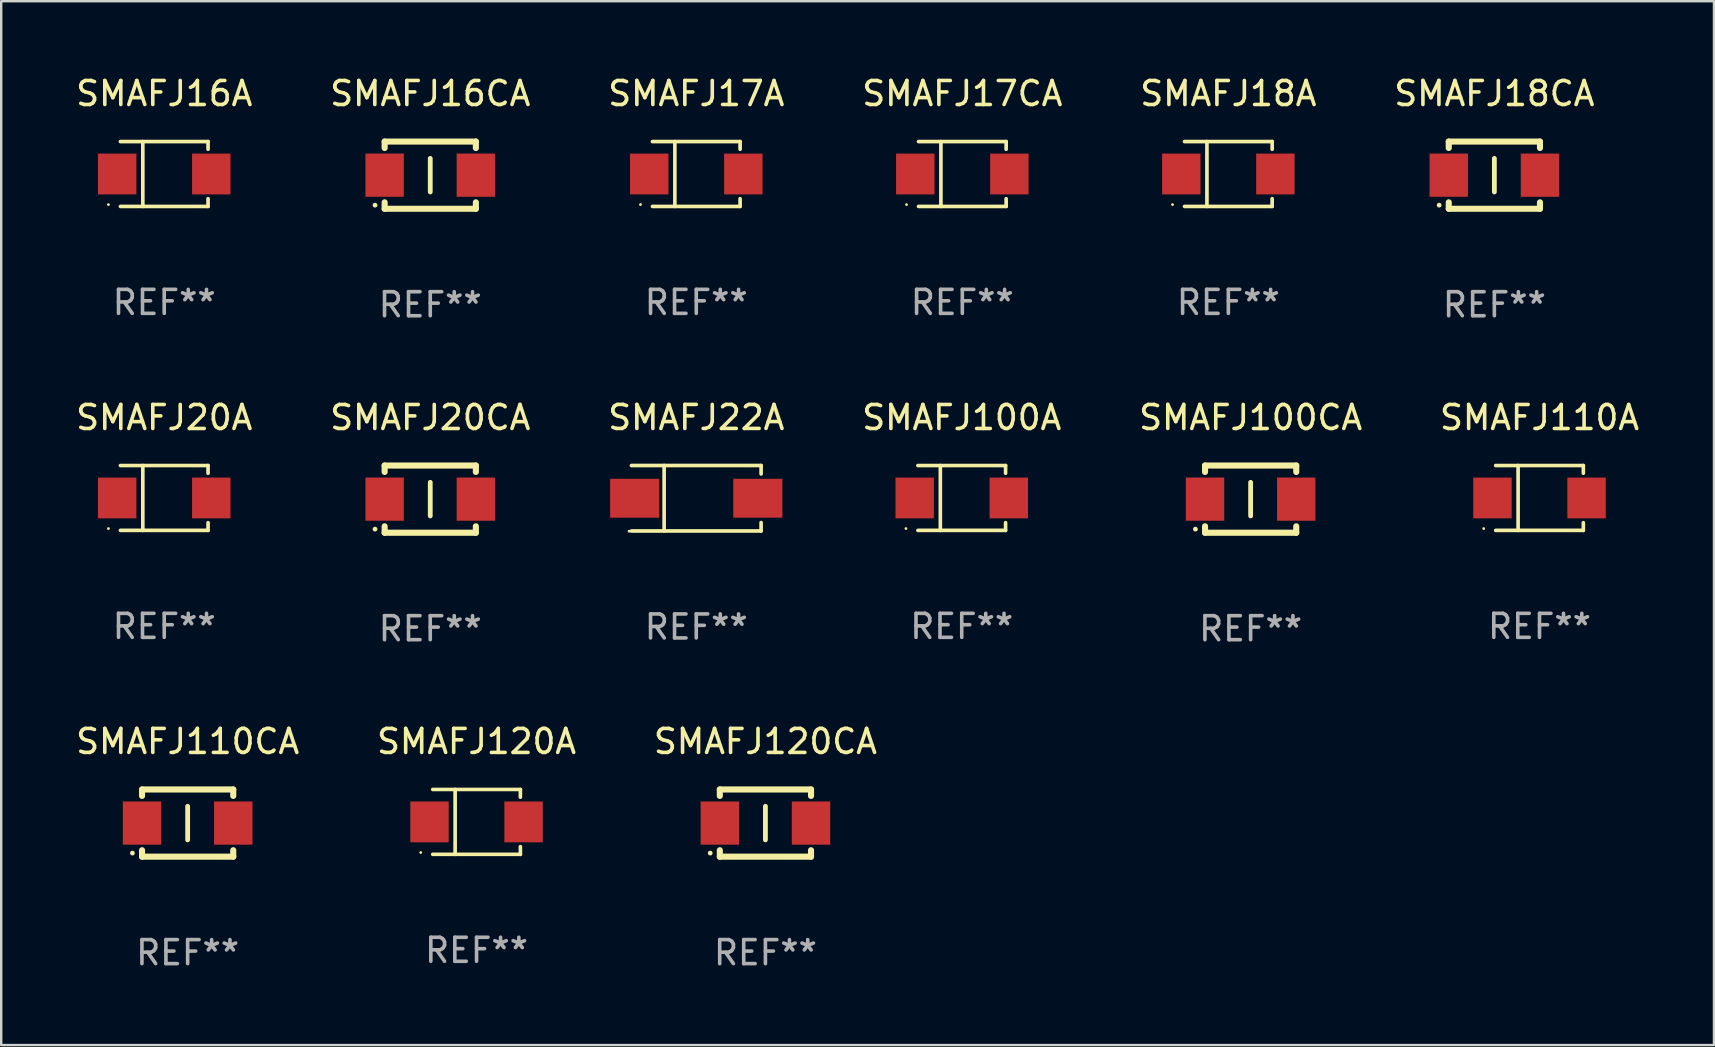
<source format=kicad_pcb>
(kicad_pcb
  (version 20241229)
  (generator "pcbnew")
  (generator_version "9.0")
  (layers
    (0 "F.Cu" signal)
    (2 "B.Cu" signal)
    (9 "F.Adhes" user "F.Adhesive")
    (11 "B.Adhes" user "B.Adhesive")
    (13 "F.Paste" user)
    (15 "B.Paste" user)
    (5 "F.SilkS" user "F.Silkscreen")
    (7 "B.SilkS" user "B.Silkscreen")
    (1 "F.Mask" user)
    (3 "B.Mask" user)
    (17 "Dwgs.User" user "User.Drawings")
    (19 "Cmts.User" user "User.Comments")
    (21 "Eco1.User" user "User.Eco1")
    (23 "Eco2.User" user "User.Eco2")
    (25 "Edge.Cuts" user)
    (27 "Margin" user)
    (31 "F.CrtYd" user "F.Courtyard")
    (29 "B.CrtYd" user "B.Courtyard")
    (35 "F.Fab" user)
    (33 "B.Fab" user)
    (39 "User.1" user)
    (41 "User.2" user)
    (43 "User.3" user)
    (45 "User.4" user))
  (footprint "SMAFJ16CA"
    (layer "F.Cu")
    (at 14.875 4.248)
    (property "Reference" "SMAFJ16CA" (at 0 -3.4 0) (layer "F.SilkS") (effects (font (size 1 1) (thickness 0.15))))
    (attr through_hole)
    (fp_line (start -1.9 -1.4) (end -1.9 -1.131) (stroke (width 0.254) (type solid)) (layer "F.SilkS"))
    (fp_line (start -1.9 -1.4) (end 1.9 -1.4) (stroke (width 0.254) (type solid)) (layer "F.SilkS"))
    (fp_line (start -1.9 1.131) (end -1.9 1.4) (stroke (width 0.254) (type solid)) (layer "F.SilkS"))
    (fp_line (start -1.9 1.4) (end 1.9 1.4) (stroke (width 0.254) (type solid)) (layer "F.SilkS"))
    (fp_line (start 0 -0.7) (end 0 0.7) (stroke (width 0.2) (type solid)) (layer "F.SilkS"))
    (fp_line (start 1.9 -1.4) (end 1.9 -1.131) (stroke (width 0.254) (type solid)) (layer "F.SilkS"))
    (fp_line (start 1.9 1.131) (end 1.9 1.4) (stroke (width 0.254) (type solid)) (layer "F.SilkS"))
    (fp_circle (center -2.3 1.25) (end -2.25 1.25) (stroke (width 0.1) (type solid)) (fill no) (layer "F.SilkS"))
    (fp_text user "REF**" (at 0 5.4 0) (layer "F.Fab") (effects (font (size 1 1) (thickness 0.15))))
    (pad "1" smd rect (at -1.9 0 180) (size 1.6 1.8) (layers "F.Cu" "F.Mask" "F.Paste"))
    (pad "2" smd rect (at 1.9 0 180) (size 1.6 1.8) (layers "F.Cu" "F.Mask" "F.Paste")))
  (footprint "SMAFJ100A"
    (layer "F.Cu")
    (at 37.018 17.696)
    (property "Reference" "SMAFJ100A" (at 0 -3.351 0) (layer "F.SilkS") (effects (font (size 1 1) (thickness 0.15))))
    (attr through_hole)
    (fp_line (start -1.826 -1.351) (end 1.826 -1.351) (stroke (width 0.152) (type solid)) (layer "F.SilkS"))
    (fp_line (start -1.826 1.351) (end 1.826 1.351) (stroke (width 0.152) (type solid)) (layer "F.SilkS"))
    (fp_line (start -0.892 -1.351) (end -0.892 1.351) (stroke (width 0.152) (type solid)) (layer "F.SilkS"))
    (fp_line (start 1.826 -1.351) (end 1.826 -1.03) (stroke (width 0.152) (type solid)) (layer "F.SilkS"))
    (fp_line (start 1.826 1.03) (end 1.826 1.351) (stroke (width 0.152) (type solid)) (layer "F.SilkS"))
    (fp_circle (center -2.325 1.275) (end -2.295 1.275) (stroke (width 0.06) (type solid)) (fill no) (layer "F.SilkS"))
    (fp_text user "REF**" (at 0 5.351 0) (layer "F.Fab") (effects (font (size 1 1) (thickness 0.15))))
    (pad "1" smd rect (at -1.96 0 180) (size 1.6 1.7) (layers "F.Cu" "F.Mask" "F.Paste"))
    (pad "2" smd rect (at 1.96 0 180) (size 1.6 1.7) (layers "F.Cu" "F.Mask" "F.Paste")))
  (footprint "SMAFJ20A"
    (layer "F.Cu")
    (at 3.792 17.696)
    (property "Reference" "SMAFJ20A" (at 0 -3.351 0) (layer "F.SilkS") (effects (font (size 1 1) (thickness 0.15))))
    (attr through_hole)
    (fp_line (start -1.826 -1.351) (end 1.826 -1.351) (stroke (width 0.152) (type solid)) (layer "F.SilkS"))
    (fp_line (start -1.826 1.351) (end 1.826 1.351) (stroke (width 0.152) (type solid)) (layer "F.SilkS"))
    (fp_line (start -0.892 -1.351) (end -0.892 1.351) (stroke (width 0.152) (type solid)) (layer "F.SilkS"))
    (fp_line (start 1.826 -1.351) (end 1.826 -1.03) (stroke (width 0.152) (type solid)) (layer "F.SilkS"))
    (fp_line (start 1.826 1.03) (end 1.826 1.351) (stroke (width 0.152) (type solid)) (layer "F.SilkS"))
    (fp_circle (center -2.325 1.275) (end -2.295 1.275) (stroke (width 0.06) (type solid)) (fill no) (layer "F.SilkS"))
    (fp_text user "REF**" (at 0 5.351 0) (layer "F.Fab") (effects (font (size 1 1) (thickness 0.15))))
    (pad "1" smd rect (at -1.96 0 180) (size 1.6 1.7) (layers "F.Cu" "F.Mask" "F.Paste"))
    (pad "2" smd rect (at 1.96 0 180) (size 1.6 1.7) (layers "F.Cu" "F.Mask" "F.Paste")))
  (footprint "SMAFJ110A"
    (layer "F.Cu")
    (at 61.089 17.696)
    (property "Reference" "SMAFJ110A" (at 0 -3.351 0) (layer "F.SilkS") (effects (font (size 1 1) (thickness 0.15))))
    (attr through_hole)
    (fp_line (start -1.826 -1.351) (end 1.826 -1.351) (stroke (width 0.152) (type solid)) (layer "F.SilkS"))
    (fp_line (start -1.826 1.351) (end 1.826 1.351) (stroke (width 0.152) (type solid)) (layer "F.SilkS"))
    (fp_line (start -0.892 -1.351) (end -0.892 1.351) (stroke (width 0.152) (type solid)) (layer "F.SilkS"))
    (fp_line (start 1.826 -1.351) (end 1.826 -1.03) (stroke (width 0.152) (type solid)) (layer "F.SilkS"))
    (fp_line (start 1.826 1.03) (end 1.826 1.351) (stroke (width 0.152) (type solid)) (layer "F.SilkS"))
    (fp_circle (center -2.325 1.275) (end -2.295 1.275) (stroke (width 0.06) (type solid)) (fill no) (layer "F.SilkS"))
    (fp_text user "REF**" (at 0 5.351 0) (layer "F.Fab") (effects (font (size 1 1) (thickness 0.15))))
    (pad "1" smd rect (at -1.96 0 180) (size 1.6 1.7) (layers "F.Cu" "F.Mask" "F.Paste"))
    (pad "2" smd rect (at 1.96 0 180) (size 1.6 1.7) (layers "F.Cu" "F.Mask" "F.Paste")))
  (footprint "SMAFJ20CA"
    (layer "F.Cu")
    (at 14.875 17.745)
    (property "Reference" "SMAFJ20CA" (at 0 -3.4 0) (layer "F.SilkS") (effects (font (size 1 1) (thickness 0.15))))
    (attr through_hole)
    (fp_line (start -1.9 -1.4) (end -1.9 -1.131) (stroke (width 0.254) (type solid)) (layer "F.SilkS"))
    (fp_line (start -1.9 -1.4) (end 1.9 -1.4) (stroke (width 0.254) (type solid)) (layer "F.SilkS"))
    (fp_line (start -1.9 1.131) (end -1.9 1.4) (stroke (width 0.254) (type solid)) (layer "F.SilkS"))
    (fp_line (start -1.9 1.4) (end 1.9 1.4) (stroke (width 0.254) (type solid)) (layer "F.SilkS"))
    (fp_line (start 0 -0.7) (end 0 0.7) (stroke (width 0.2) (type solid)) (layer "F.SilkS"))
    (fp_line (start 1.9 -1.4) (end 1.9 -1.131) (stroke (width 0.254) (type solid)) (layer "F.SilkS"))
    (fp_line (start 1.9 1.131) (end 1.9 1.4) (stroke (width 0.254) (type solid)) (layer "F.SilkS"))
    (fp_circle (center -2.3 1.25) (end -2.25 1.25) (stroke (width 0.1) (type solid)) (fill no) (layer "F.SilkS"))
    (fp_text user "REF**" (at 0 5.4 0) (layer "F.Fab") (effects (font (size 1 1) (thickness 0.15))))
    (pad "1" smd rect (at -1.9 0 180) (size 1.6 1.8) (layers "F.Cu" "F.Mask" "F.Paste"))
    (pad "2" smd rect (at 1.9 0 180) (size 1.6 1.8) (layers "F.Cu" "F.Mask" "F.Paste")))
  (footprint "SMAFJ18CA"
    (layer "F.Cu")
    (at 59.208 4.248)
    (property "Reference" "SMAFJ18CA" (at 0 -3.4 0) (layer "F.SilkS") (effects (font (size 1 1) (thickness 0.15))))
    (attr through_hole)
    (fp_line (start -1.9 -1.4) (end -1.9 -1.131) (stroke (width 0.254) (type solid)) (layer "F.SilkS"))
    (fp_line (start -1.9 -1.4) (end 1.9 -1.4) (stroke (width 0.254) (type solid)) (layer "F.SilkS"))
    (fp_line (start -1.9 1.131) (end -1.9 1.4) (stroke (width 0.254) (type solid)) (layer "F.SilkS"))
    (fp_line (start -1.9 1.4) (end 1.9 1.4) (stroke (width 0.254) (type solid)) (layer "F.SilkS"))
    (fp_line (start 0 -0.7) (end 0 0.7) (stroke (width 0.2) (type solid)) (layer "F.SilkS"))
    (fp_line (start 1.9 -1.4) (end 1.9 -1.131) (stroke (width 0.254) (type solid)) (layer "F.SilkS"))
    (fp_line (start 1.9 1.131) (end 1.9 1.4) (stroke (width 0.254) (type solid)) (layer "F.SilkS"))
    (fp_circle (center -2.3 1.25) (end -2.25 1.25) (stroke (width 0.1) (type solid)) (fill no) (layer "F.SilkS"))
    (fp_text user "REF**" (at 0 5.4 0) (layer "F.Fab") (effects (font (size 1 1) (thickness 0.15))))
    (pad "1" smd rect (at -1.9 0 180) (size 1.6 1.8) (layers "F.Cu" "F.Mask" "F.Paste"))
    (pad "2" smd rect (at 1.9 0 180) (size 1.6 1.8) (layers "F.Cu" "F.Mask" "F.Paste")))
  (footprint "SMAFJ16A"
    (layer "F.Cu")
    (at 3.792 4.199)
    (property "Reference" "SMAFJ16A" (at 0 -3.351 0) (layer "F.SilkS") (effects (font (size 1 1) (thickness 0.15))))
    (attr through_hole)
    (fp_line (start -1.826 -1.351) (end 1.826 -1.351) (stroke (width 0.152) (type solid)) (layer "F.SilkS"))
    (fp_line (start -1.826 1.351) (end 1.826 1.351) (stroke (width 0.152) (type solid)) (layer "F.SilkS"))
    (fp_line (start -0.892 -1.351) (end -0.892 1.351) (stroke (width 0.152) (type solid)) (layer "F.SilkS"))
    (fp_line (start 1.826 -1.351) (end 1.826 -1.03) (stroke (width 0.152) (type solid)) (layer "F.SilkS"))
    (fp_line (start 1.826 1.03) (end 1.826 1.351) (stroke (width 0.152) (type solid)) (layer "F.SilkS"))
    (fp_circle (center -2.325 1.275) (end -2.295 1.275) (stroke (width 0.06) (type solid)) (fill no) (layer "F.SilkS"))
    (fp_text user "REF**" (at 0 5.351 0) (layer "F.Fab") (effects (font (size 1 1) (thickness 0.15))))
    (pad "1" smd rect (at -1.96 0 180) (size 1.6 1.7) (layers "F.Cu" "F.Mask" "F.Paste"))
    (pad "2" smd rect (at 1.96 0 180) (size 1.6 1.7) (layers "F.Cu" "F.Mask" "F.Paste")))
  (footprint "SMAFJ120CA"
    (layer "F.Cu")
    (at 28.839 31.241)
    (property "Reference" "SMAFJ120CA" (at 0 -3.4 0) (layer "F.SilkS") (effects (font (size 1 1) (thickness 0.15))))
    (attr through_hole)
    (fp_line (start -1.9 -1.4) (end -1.9 -1.131) (stroke (width 0.254) (type solid)) (layer "F.SilkS"))
    (fp_line (start -1.9 -1.4) (end 1.9 -1.4) (stroke (width 0.254) (type solid)) (layer "F.SilkS"))
    (fp_line (start -1.9 1.131) (end -1.9 1.4) (stroke (width 0.254) (type solid)) (layer "F.SilkS"))
    (fp_line (start -1.9 1.4) (end 1.9 1.4) (stroke (width 0.254) (type solid)) (layer "F.SilkS"))
    (fp_line (start 0 -0.7) (end 0 0.7) (stroke (width 0.2) (type solid)) (layer "F.SilkS"))
    (fp_line (start 1.9 -1.4) (end 1.9 -1.131) (stroke (width 0.254) (type solid)) (layer "F.SilkS"))
    (fp_line (start 1.9 1.131) (end 1.9 1.4) (stroke (width 0.254) (type solid)) (layer "F.SilkS"))
    (fp_circle (center -2.3 1.25) (end -2.25 1.25) (stroke (width 0.1) (type solid)) (fill no) (layer "F.SilkS"))
    (fp_text user "REF**" (at 0 5.4 0) (layer "F.Fab") (effects (font (size 1 1) (thickness 0.15))))
    (pad "1" smd rect (at -1.9 0 180) (size 1.6 1.8) (layers "F.Cu" "F.Mask" "F.Paste"))
    (pad "2" smd rect (at 1.9 0 180) (size 1.6 1.8) (layers "F.Cu" "F.Mask" "F.Paste")))
  (footprint "SMAFJ17A"
    (layer "F.Cu")
    (at 25.958 4.199)
    (property "Reference" "SMAFJ17A" (at 0 -3.351 0) (layer "F.SilkS") (effects (font (size 1 1) (thickness 0.15))))
    (attr through_hole)
    (fp_line (start -1.826 -1.351) (end 1.826 -1.351) (stroke (width 0.152) (type solid)) (layer "F.SilkS"))
    (fp_line (start -1.826 1.351) (end 1.826 1.351) (stroke (width 0.152) (type solid)) (layer "F.SilkS"))
    (fp_line (start -0.892 -1.351) (end -0.892 1.351) (stroke (width 0.152) (type solid)) (layer "F.SilkS"))
    (fp_line (start 1.826 -1.351) (end 1.826 -1.03) (stroke (width 0.152) (type solid)) (layer "F.SilkS"))
    (fp_line (start 1.826 1.03) (end 1.826 1.351) (stroke (width 0.152) (type solid)) (layer "F.SilkS"))
    (fp_circle (center -2.325 1.275) (end -2.295 1.275) (stroke (width 0.06) (type solid)) (fill no) (layer "F.SilkS"))
    (fp_text user "REF**" (at 0 5.351 0) (layer "F.Fab") (effects (font (size 1 1) (thickness 0.15))))
    (pad "1" smd rect (at -1.96 0 180) (size 1.6 1.7) (layers "F.Cu" "F.Mask" "F.Paste"))
    (pad "2" smd rect (at 1.96 0 180) (size 1.6 1.7) (layers "F.Cu" "F.Mask" "F.Paste")))
  (footprint "SMAFJ100CA"
    (layer "F.Cu")
    (at 49.054 17.745)
    (property "Reference" "SMAFJ100CA" (at 0 -3.4 0) (layer "F.SilkS") (effects (font (size 1 1) (thickness 0.15))))
    (attr through_hole)
    (fp_line (start -1.9 -1.4) (end -1.9 -1.131) (stroke (width 0.254) (type solid)) (layer "F.SilkS"))
    (fp_line (start -1.9 -1.4) (end 1.9 -1.4) (stroke (width 0.254) (type solid)) (layer "F.SilkS"))
    (fp_line (start -1.9 1.131) (end -1.9 1.4) (stroke (width 0.254) (type solid)) (layer "F.SilkS"))
    (fp_line (start -1.9 1.4) (end 1.9 1.4) (stroke (width 0.254) (type solid)) (layer "F.SilkS"))
    (fp_line (start 0 -0.7) (end 0 0.7) (stroke (width 0.2) (type solid)) (layer "F.SilkS"))
    (fp_line (start 1.9 -1.4) (end 1.9 -1.131) (stroke (width 0.254) (type solid)) (layer "F.SilkS"))
    (fp_line (start 1.9 1.131) (end 1.9 1.4) (stroke (width 0.254) (type solid)) (layer "F.SilkS"))
    (fp_circle (center -2.3 1.25) (end -2.25 1.25) (stroke (width 0.1) (type solid)) (fill no) (layer "F.SilkS"))
    (fp_text user "REF**" (at 0 5.4 0) (layer "F.Fab") (effects (font (size 1 1) (thickness 0.15))))
    (pad "1" smd rect (at -1.9 0 180) (size 1.6 1.8) (layers "F.Cu" "F.Mask" "F.Paste"))
    (pad "2" smd rect (at 1.9 0 180) (size 1.6 1.8) (layers "F.Cu" "F.Mask" "F.Paste")))
  (footprint "SMAFJ120A"
    (layer "F.Cu")
    (at 16.804 31.192)
    (property "Reference" "SMAFJ120A" (at 0 -3.351 0) (layer "F.SilkS") (effects (font (size 1 1) (thickness 0.15))))
    (attr through_hole)
    (fp_line (start -1.826 -1.351) (end 1.826 -1.351) (stroke (width 0.152) (type solid)) (layer "F.SilkS"))
    (fp_line (start -1.826 1.351) (end 1.826 1.351) (stroke (width 0.152) (type solid)) (layer "F.SilkS"))
    (fp_line (start -0.892 -1.351) (end -0.892 1.351) (stroke (width 0.152) (type solid)) (layer "F.SilkS"))
    (fp_line (start 1.826 -1.351) (end 1.826 -1.03) (stroke (width 0.152) (type solid)) (layer "F.SilkS"))
    (fp_line (start 1.826 1.03) (end 1.826 1.351) (stroke (width 0.152) (type solid)) (layer "F.SilkS"))
    (fp_circle (center -2.325 1.275) (end -2.295 1.275) (stroke (width 0.06) (type solid)) (fill no) (layer "F.SilkS"))
    (fp_text user "REF**" (at 0 5.351 0) (layer "F.Fab") (effects (font (size 1 1) (thickness 0.15))))
    (pad "1" smd rect (at -1.96 0 180) (size 1.6 1.7) (layers "F.Cu" "F.Mask" "F.Paste"))
    (pad "2" smd rect (at 1.96 0 180) (size 1.6 1.7) (layers "F.Cu" "F.Mask" "F.Paste")))
  (footprint "SMAFJ17CA"
    (layer "F.Cu")
    (at 37.042 4.199)
    (property "Reference" "SMAFJ17CA" (at 0 -3.351 0) (layer "F.SilkS") (effects (font (size 1 1) (thickness 0.15))))
    (attr through_hole)
    (fp_line (start -1.826 -1.351) (end 1.826 -1.351) (stroke (width 0.152) (type solid)) (layer "F.SilkS"))
    (fp_line (start -1.826 1.351) (end 1.826 1.351) (stroke (width 0.152) (type solid)) (layer "F.SilkS"))
    (fp_line (start -0.892 -1.351) (end -0.892 1.351) (stroke (width 0.152) (type solid)) (layer "F.SilkS"))
    (fp_line (start 1.826 -1.351) (end 1.826 -1.03) (stroke (width 0.152) (type solid)) (layer "F.SilkS"))
    (fp_line (start 1.826 1.03) (end 1.826 1.351) (stroke (width 0.152) (type solid)) (layer "F.SilkS"))
    (fp_circle (center -2.325 1.275) (end -2.295 1.275) (stroke (width 0.06) (type solid)) (fill no) (layer "F.SilkS"))
    (fp_text user "REF**" (at 0 5.351 0) (layer "F.Fab") (effects (font (size 1 1) (thickness 0.15))))
    (pad "1" smd rect (at -1.96 0 180) (size 1.6 1.7) (layers "F.Cu" "F.Mask" "F.Paste"))
    (pad "2" smd rect (at 1.96 0 180) (size 1.6 1.7) (layers "F.Cu" "F.Mask" "F.Paste")))
  (footprint "SMAFJ110CA"
    (layer "F.Cu")
    (at 4.768 31.241)
    (property "Reference" "SMAFJ110CA" (at 0 -3.4 0) (layer "F.SilkS") (effects (font (size 1 1) (thickness 0.15))))
    (attr through_hole)
    (fp_line (start -1.9 -1.4) (end -1.9 -1.131) (stroke (width 0.254) (type solid)) (layer "F.SilkS"))
    (fp_line (start -1.9 -1.4) (end 1.9 -1.4) (stroke (width 0.254) (type solid)) (layer "F.SilkS"))
    (fp_line (start -1.9 1.131) (end -1.9 1.4) (stroke (width 0.254) (type solid)) (layer "F.SilkS"))
    (fp_line (start -1.9 1.4) (end 1.9 1.4) (stroke (width 0.254) (type solid)) (layer "F.SilkS"))
    (fp_line (start 0 -0.7) (end 0 0.7) (stroke (width 0.2) (type solid)) (layer "F.SilkS"))
    (fp_line (start 1.9 -1.4) (end 1.9 -1.131) (stroke (width 0.254) (type solid)) (layer "F.SilkS"))
    (fp_line (start 1.9 1.131) (end 1.9 1.4) (stroke (width 0.254) (type solid)) (layer "F.SilkS"))
    (fp_circle (center -2.3 1.25) (end -2.25 1.25) (stroke (width 0.1) (type solid)) (fill no) (layer "F.SilkS"))
    (fp_text user "REF**" (at 0 5.4 0) (layer "F.Fab") (effects (font (size 1 1) (thickness 0.15))))
    (pad "1" smd rect (at -1.9 0 180) (size 1.6 1.8) (layers "F.Cu" "F.Mask" "F.Paste"))
    (pad "2" smd rect (at 1.9 0 180) (size 1.6 1.8) (layers "F.Cu" "F.Mask" "F.Paste")))
  (footprint "SMAFJ22A"
    (layer "F.Cu")
    (at 25.958 17.708)
    (property "Reference" "SMAFJ22A" (at 0 -3.364 0) (layer "F.SilkS") (effects (font (size 1 1) (thickness 0.15))))
    (attr through_hole)
    (fp_line (start -2.701 -1.364) (end 2.701 -1.364) (stroke (width 0.152) (type solid)) (layer "F.SilkS"))
    (fp_line (start -2.701 1.364) (end 2.701 1.364) (stroke (width 0.152) (type solid)) (layer "F.SilkS"))
    (fp_line (start -1.339 -1.364) (end -1.339 1.364) (stroke (width 0.152) (type solid)) (layer "F.SilkS"))
    (fp_line (start 2.701 -1.364) (end 2.701 -1.013) (stroke (width 0.152) (type solid)) (layer "F.SilkS"))
    (fp_line (start 2.701 1.364) (end 2.701 1.013) (stroke (width 0.152) (type solid)) (layer "F.SilkS"))
    (fp_circle (center -2.8 1.375) (end -2.77 1.375) (stroke (width 0.06) (type solid)) (fill no) (layer "F.SilkS"))
    (fp_text user "REF**" (at 0 5.364 0) (layer "F.Fab") (effects (font (size 1 1) (thickness 0.15))))
    (pad "1" smd rect (at -2.565 -0.000025) (size 2.046 1.62) (layers "F.Cu" "F.Mask" "F.Paste"))
    (pad "2" smd rect (at 2.565 -0.000025) (size 2.046 1.62) (layers "F.Cu" "F.Mask" "F.Paste")))
  (footprint "SMAFJ18A"
    (layer "F.Cu")
    (at 48.125 4.199)
    (property "Reference" "SMAFJ18A" (at 0 -3.351 0) (layer "F.SilkS") (effects (font (size 1 1) (thickness 0.15))))
    (attr through_hole)
    (fp_line (start -1.826 -1.351) (end 1.826 -1.351) (stroke (width 0.152) (type solid)) (layer "F.SilkS"))
    (fp_line (start -1.826 1.351) (end 1.826 1.351) (stroke (width 0.152) (type solid)) (layer "F.SilkS"))
    (fp_line (start -0.892 -1.351) (end -0.892 1.351) (stroke (width 0.152) (type solid)) (layer "F.SilkS"))
    (fp_line (start 1.826 -1.351) (end 1.826 -1.03) (stroke (width 0.152) (type solid)) (layer "F.SilkS"))
    (fp_line (start 1.826 1.03) (end 1.826 1.351) (stroke (width 0.152) (type solid)) (layer "F.SilkS"))
    (fp_circle (center -2.325 1.275) (end -2.295 1.275) (stroke (width 0.06) (type solid)) (fill no) (layer "F.SilkS"))
    (fp_text user "REF**" (at 0 5.351 0) (layer "F.Fab") (effects (font (size 1 1) (thickness 0.15))))
    (pad "1" smd rect (at -1.96 0 180) (size 1.6 1.7) (layers "F.Cu" "F.Mask" "F.Paste"))
    (pad "2" smd rect (at 1.96 0 180) (size 1.6 1.7) (layers "F.Cu" "F.Mask" "F.Paste")))
  (gr_rect
    (start -3 -3)
    (end 68.357 40.489)
    (stroke (width 0.1) (type default))
    (fill no)
    (layer "Edge.Cuts")))
</source>
